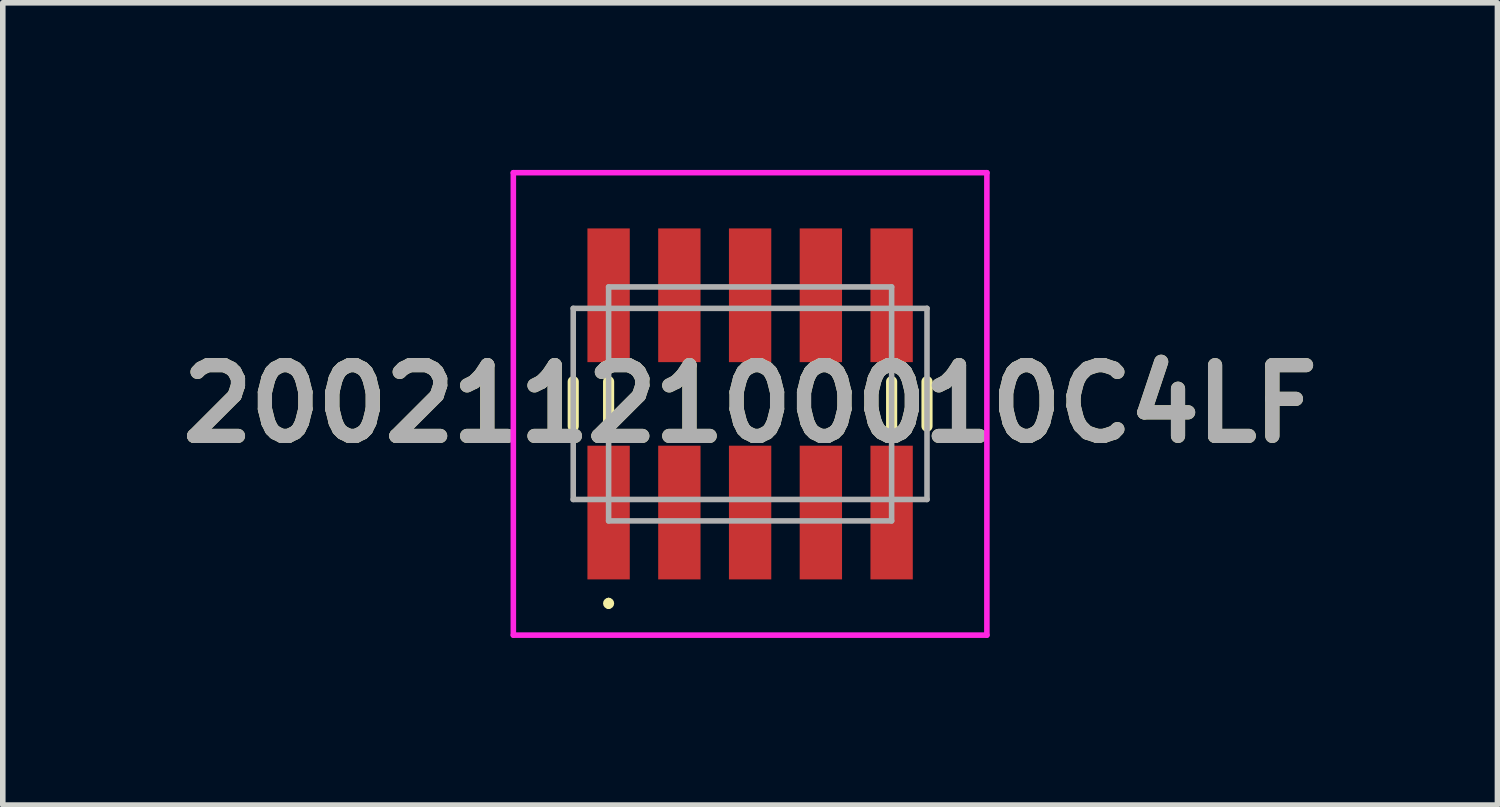
<source format=kicad_pcb>
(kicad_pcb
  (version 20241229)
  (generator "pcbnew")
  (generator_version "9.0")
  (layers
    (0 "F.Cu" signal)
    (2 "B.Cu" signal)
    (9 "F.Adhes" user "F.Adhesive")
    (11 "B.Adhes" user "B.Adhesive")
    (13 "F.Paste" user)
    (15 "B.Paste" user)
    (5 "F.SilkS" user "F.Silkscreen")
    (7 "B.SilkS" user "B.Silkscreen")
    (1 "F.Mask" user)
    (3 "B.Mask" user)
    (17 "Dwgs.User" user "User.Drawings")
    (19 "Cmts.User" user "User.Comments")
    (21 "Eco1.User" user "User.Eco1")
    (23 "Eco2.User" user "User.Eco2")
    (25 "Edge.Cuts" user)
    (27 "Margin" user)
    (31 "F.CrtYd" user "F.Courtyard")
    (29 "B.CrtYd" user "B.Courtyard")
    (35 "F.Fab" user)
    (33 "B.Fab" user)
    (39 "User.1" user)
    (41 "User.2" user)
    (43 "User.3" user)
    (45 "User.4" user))
  (footprint "2002112100010C4LF"
    (layer "F.Cu")
    (at 10.414 4.2)
    (property "Reference" "2002112100010C4LF" (at 0 0 0) (layer "F.SilkS") (effects (font (size 1.27 1.27) (thickness 0.254))))
    (attr smd)
    (fp_line (start -3.175 -0.4) (end -3.175 0.4) (stroke (width 0.2) (type solid)) (layer "F.SilkS"))
    (fp_line (start -2.54 -0.4) (end -2.54 0.4) (stroke (width 0.2) (type solid)) (layer "F.SilkS"))
    (fp_line (start -2.54 3.53) (end -2.54 3.53) (stroke (width 0.1) (type solid)) (layer "F.SilkS"))
    (fp_line (start -2.54 3.63) (end -2.54 3.63) (stroke (width 0.1) (type solid)) (layer "F.SilkS"))
    (fp_line (start 2.54 -0.4) (end 2.54 0.4) (stroke (width 0.2) (type solid)) (layer "F.SilkS"))
    (fp_line (start 3.175 -0.4) (end 3.175 0.4) (stroke (width 0.2) (type solid)) (layer "F.SilkS"))
    (fp_arc (start -2.54 3.53) (mid -2.49 3.58) (end -2.54 3.63) (stroke (width 0.1) (type solid)) (layer "F.SilkS"))
    (fp_arc (start -2.54 3.63) (mid -2.59 3.58) (end -2.54 3.53) (stroke (width 0.1) (type solid)) (layer "F.SilkS"))
    (fp_line (start -4.25 -4.15) (end 4.25 -4.15) (stroke (width 0.1) (type solid)) (layer "F.CrtYd"))
    (fp_line (start -4.25 4.15) (end -4.25 -4.15) (stroke (width 0.1) (type solid)) (layer "F.CrtYd"))
    (fp_line (start 4.25 -4.15) (end 4.25 4.15) (stroke (width 0.1) (type solid)) (layer "F.CrtYd"))
    (fp_line (start 4.25 4.15) (end -4.25 4.15) (stroke (width 0.1) (type solid)) (layer "F.CrtYd"))
    (fp_line (start -3.175 -1.715) (end 3.175 -1.715) (stroke (width 0.1) (type solid)) (layer "F.Fab"))
    (fp_line (start -3.175 1.715) (end -3.175 -1.715) (stroke (width 0.1) (type solid)) (layer "F.Fab"))
    (fp_line (start -2.54 -2.1) (end 2.54 -2.1) (stroke (width 0.1) (type solid)) (layer "F.Fab"))
    (fp_line (start -2.54 2.1) (end -2.54 -2.1) (stroke (width 0.1) (type solid)) (layer "F.Fab"))
    (fp_line (start 2.54 -2.1) (end 2.54 2.1) (stroke (width 0.1) (type solid)) (layer "F.Fab"))
    (fp_line (start 2.54 2.1) (end -2.54 2.1) (stroke (width 0.1) (type solid)) (layer "F.Fab"))
    (fp_line (start 3.175 -1.715) (end 3.175 1.715) (stroke (width 0.1) (type solid)) (layer "F.Fab"))
    (fp_line (start 3.175 1.715) (end -3.175 1.715) (stroke (width 0.1) (type solid)) (layer "F.Fab"))
    (fp_text user "${REFERENCE}" (at 0 0 0) (layer "F.Fab") (effects (font (size 1.27 1.27) (thickness 0.254))))
    (pad "1" smd rect (at -2.54 1.95) (size 0.76 2.4) (layers "F.Cu" "F.Mask" "F.Paste"))
    (pad "2" smd rect (at -2.54 -1.95) (size 0.76 2.4) (layers "F.Cu" "F.Mask" "F.Paste"))
    (pad "3" smd rect (at -1.27 1.95) (size 0.76 2.4) (layers "F.Cu" "F.Mask" "F.Paste"))
    (pad "4" smd rect (at -1.27 -1.95) (size 0.76 2.4) (layers "F.Cu" "F.Mask" "F.Paste"))
    (pad "5" smd rect (at 0 1.95) (size 0.76 2.4) (layers "F.Cu" "F.Mask" "F.Paste"))
    (pad "6" smd rect (at 0 -1.95) (size 0.76 2.4) (layers "F.Cu" "F.Mask" "F.Paste"))
    (pad "7" smd rect (at 1.27 1.95) (size 0.76 2.4) (layers "F.Cu" "F.Mask" "F.Paste"))
    (pad "8" smd rect (at 1.27 -1.95) (size 0.76 2.4) (layers "F.Cu" "F.Mask" "F.Paste"))
    (pad "9" smd rect (at 2.54 1.95) (size 0.76 2.4) (layers "F.Cu" "F.Mask" "F.Paste"))
    (pad "10" smd rect (at 2.54 -1.95) (size 0.76 2.4) (layers "F.Cu" "F.Mask" "F.Paste")))
  (gr_rect
    (start -3 -3)
    (end 23.828 11.4)
    (stroke (width 0.1) (type default))
    (fill no)
    (layer "Edge.Cuts")))
</source>
